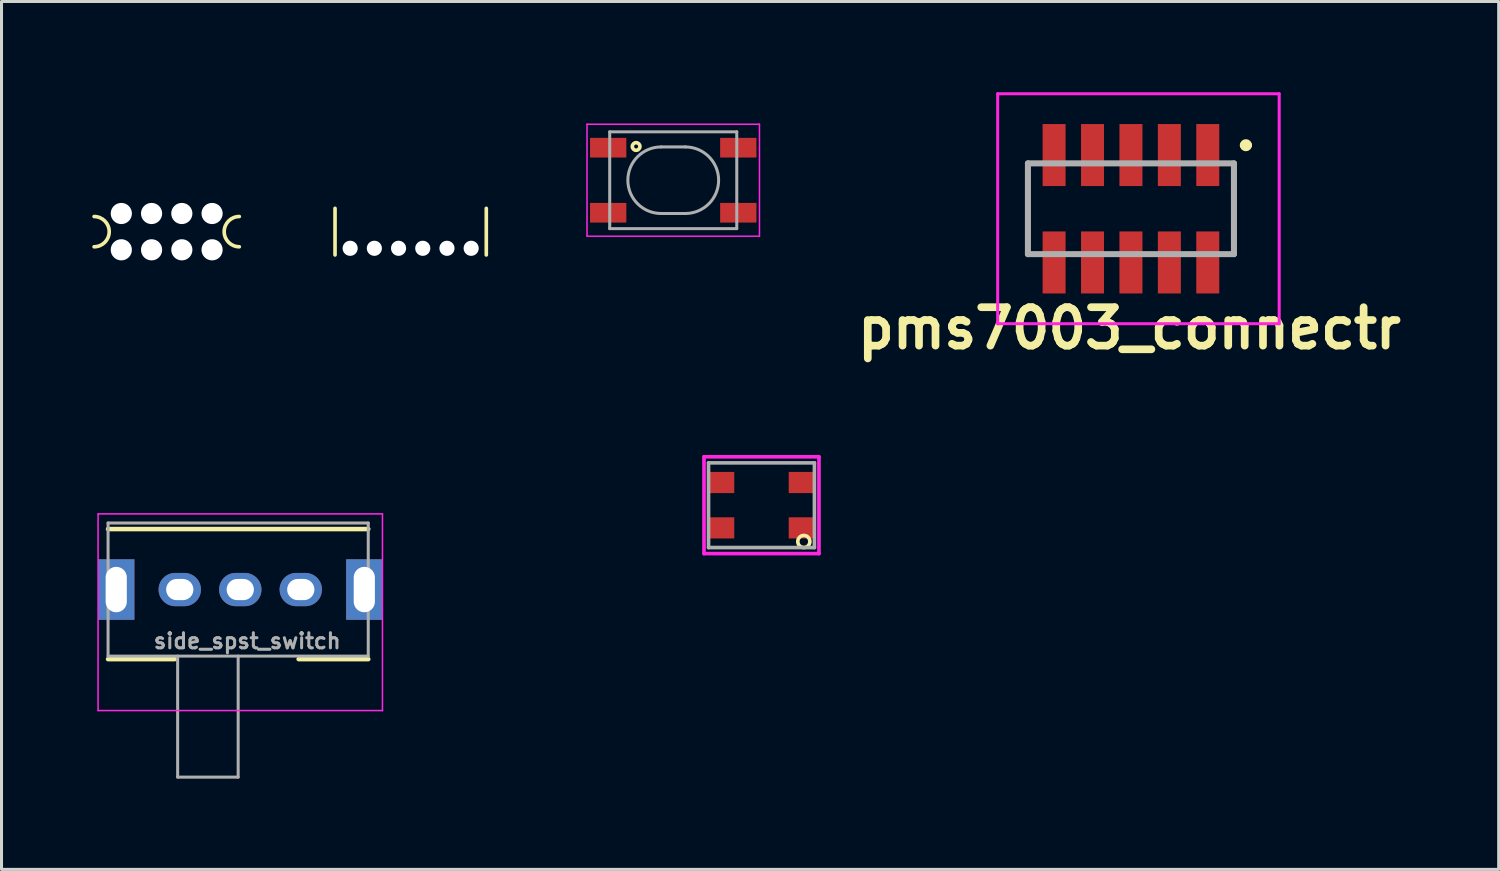
<source format=kicad_pcb>
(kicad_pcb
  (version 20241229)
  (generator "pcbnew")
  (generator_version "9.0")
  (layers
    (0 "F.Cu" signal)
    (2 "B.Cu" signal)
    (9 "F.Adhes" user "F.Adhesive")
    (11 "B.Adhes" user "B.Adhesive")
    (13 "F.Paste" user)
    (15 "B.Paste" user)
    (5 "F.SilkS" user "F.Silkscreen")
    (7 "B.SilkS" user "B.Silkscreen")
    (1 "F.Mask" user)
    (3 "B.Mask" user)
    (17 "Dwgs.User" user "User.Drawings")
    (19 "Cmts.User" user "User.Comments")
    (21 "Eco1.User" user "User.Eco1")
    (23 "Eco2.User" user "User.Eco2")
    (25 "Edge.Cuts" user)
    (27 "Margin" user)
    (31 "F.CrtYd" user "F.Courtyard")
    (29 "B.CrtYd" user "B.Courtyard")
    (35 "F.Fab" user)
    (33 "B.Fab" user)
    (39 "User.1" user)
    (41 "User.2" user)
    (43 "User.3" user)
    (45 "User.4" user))
  (footprint "side_spst_switch"
    (layer "F.Cu")
    (at 4.892 16.437)
    (property "Reference" "side_spst_switch" (at 1.4 -3.6 0) (layer "Eco2.User") (effects (font (size 1 1) (thickness 0.15))))
    (attr smd)
    (fp_line (start -4.37 -2) (end 4.23 -2) (stroke (width 0.15) (type solid)) (layer "F.SilkS"))
    (fp_line (start -4.37 2.3) (end -2.17 2.3) (stroke (width 0.15) (type solid)) (layer "F.SilkS"))
    (fp_line (start 1.93 2.3) (end 4.23 2.3) (stroke (width 0.15) (type solid)) (layer "F.SilkS"))
    (fp_line (start -4.7 -2.5) (end 4.7 -2.5) (stroke (width 0.05) (type solid)) (layer "F.CrtYd"))
    (fp_line (start -4.7 4) (end -4.7 -2.5) (stroke (width 0.05) (type solid)) (layer "F.CrtYd"))
    (fp_line (start 4.7 -2.5) (end 4.7 4) (stroke (width 0.05) (type solid)) (layer "F.CrtYd"))
    (fp_line (start 4.7 4) (end -4.7 4) (stroke (width 0.05) (type solid)) (layer "F.CrtYd"))
    (fp_line (start -4.37 -2.2) (end -4.37 2.2) (stroke (width 0.1) (type solid)) (layer "F.Fab"))
    (fp_line (start -4.37 -2.2) (end 4.23 -2.2) (stroke (width 0.1) (type solid)) (layer "F.Fab"))
    (fp_line (start -4.37 2.2) (end 4.23 2.2) (stroke (width 0.1) (type solid)) (layer "F.Fab"))
    (fp_line (start -2.07 6.2) (end -2.07 2.2) (stroke (width 0.1) (type solid)) (layer "F.Fab"))
    (fp_line (start -0.07 2.2) (end -0.07 6.2) (stroke (width 0.1) (type solid)) (layer "F.Fab"))
    (fp_line (start -0.07 6.2) (end -2.07 6.2) (stroke (width 0.1) (type solid)) (layer "F.Fab"))
    (fp_line (start 4.23 2.2) (end 4.23 -2.2) (stroke (width 0.1) (type solid)) (layer "F.Fab"))
    (fp_text user "${REFERENCE}" (at 0.23 1.7 0) (layer "F.Fab") (effects (font (size 0.5 0.5) (thickness 0.1))))
    (pad "" thru_hole rect (at -4.1 0) (size 1.2 2) (drill oval 0.7 1.5) (layers "*.Cu" "*.Mask"))
    (pad "" thru_hole rect (at 4.1 0) (size 1.2 2) (drill oval 0.7 1.5) (layers "*.Cu" "*.Mask"))
    (pad "1" thru_hole oval (at -2 0) (size 1.4 1.1) (drill oval 0.9 0.7) (layers "*.Cu" "*.Mask"))
    (pad "2" thru_hole oval (at 0 0) (size 1.4 1.1) (drill oval 0.9 0.7) (layers "*.Cu" "*.Mask"))
    (pad "3" thru_hole oval (at 2 0) (size 1.4 1.1) (drill oval 0.9 0.7) (layers "*.Cu" "*.Mask")))
  (footprint "xl_ws2812b_small"
    (layer "F.Cu")
    (at 22.12 13.649)
    (property "Reference" "xl_ws2812b_small" (at 0.35 6.575 0) (layer "Eco2.User") (effects (font (size 1 1) (thickness 0.15))))
    (attr smd)
    (fp_circle (center 1.4 1.2) (end 1.4 1.4) (stroke (width 0.12) (type solid)) (fill no) (layer "F.SilkS"))
    (fp_line (start -1.9 -1.6) (end 1.9 -1.6) (stroke (width 0.12) (type solid)) (layer "F.CrtYd"))
    (fp_line (start -1.9 1.6) (end -1.9 -1.6) (stroke (width 0.12) (type solid)) (layer "F.CrtYd"))
    (fp_line (start 1.9 -1.6) (end 1.9 1.6) (stroke (width 0.12) (type solid)) (layer "F.CrtYd"))
    (fp_line (start 1.9 1.6) (end -1.9 1.6) (stroke (width 0.12) (type solid)) (layer "F.CrtYd"))
    (fp_line (start -1.75 -1.4) (end 1.75 -1.4) (stroke (width 0.12) (type solid)) (layer "F.Fab"))
    (fp_line (start -1.75 1.4) (end -1.75 -1.4) (stroke (width 0.12) (type solid)) (layer "F.Fab"))
    (fp_line (start 1.75 -1.4) (end 1.75 1.4) (stroke (width 0.12) (type solid)) (layer "F.Fab"))
    (fp_line (start 1.75 1.4) (end -1.75 1.4) (stroke (width 0.12) (type solid)) (layer "F.Fab"))
    (pad "1" smd trapezoid (at 1.35 0.75 90) (size 0.7 0.9) (layers "F.Cu" "F.Mask" "F.Paste"))
    (pad "2" smd trapezoid (at 1.35 -0.75) (size 0.9 0.7) (layers "F.Cu" "F.Mask" "F.Paste"))
    (pad "3" smd trapezoid (at -1.35 -0.75) (size 0.9 0.7) (layers "F.Cu" "F.Mask" "F.Paste"))
    (pad "4" smd trapezoid (at -1.35 0.75) (size 0.9 0.7) (layers "F.Cu" "F.Mask" "F.Paste")))
  (footprint "oval_button"
    (layer "F.Cu")
    (at 19.203 2.907)
    (property "Reference" "oval_button" (at 0 -2.6 0) (layer "Eco2.User") (effects (font (size 0.3 0.3) (thickness 0.075))))
    (attr smd)
    (fp_circle (center -1.227 -1.115) (end -1.107 -1.077) (stroke (width 0.12) (type solid)) (fill no) (layer "F.SilkS"))
    (fp_line (start -2.85 -1.85) (end 2.85 -1.85) (stroke (width 0.05) (type solid)) (layer "F.CrtYd"))
    (fp_line (start -2.85 1.85) (end -2.85 -1.85) (stroke (width 0.05) (type solid)) (layer "F.CrtYd"))
    (fp_line (start 2.85 -1.85) (end 2.85 1.85) (stroke (width 0.05) (type solid)) (layer "F.CrtYd"))
    (fp_line (start 2.85 1.85) (end -2.85 1.85) (stroke (width 0.05) (type solid)) (layer "F.CrtYd"))
    (fp_line (start -2.1 -1.6) (end -2.1 1.6) (stroke (width 0.1) (type solid)) (layer "F.Fab"))
    (fp_line (start -2.1 1.6) (end 2.1 1.6) (stroke (width 0.1) (type solid)) (layer "F.Fab"))
    (fp_line (start -0.4 -1.1) (end 0.4 -1.1) (stroke (width 0.1) (type solid)) (layer "F.Fab"))
    (fp_line (start 0.4 1.1) (end -0.4 1.1) (stroke (width 0.1) (type solid)) (layer "F.Fab"))
    (fp_line (start 2.1 -1.6) (end -2.1 -1.6) (stroke (width 0.1) (type solid)) (layer "F.Fab"))
    (fp_line (start 2.1 1.6) (end 2.1 -1.6) (stroke (width 0.1) (type solid)) (layer "F.Fab"))
    (fp_arc (start -0.4 1.1) (mid -1.5 0) (end -0.4 -1.1) (stroke (width 0.1) (type solid)) (layer "F.Fab"))
    (fp_arc (start 0.4 -1.1) (mid 1.5 0) (end 0.4 1.1) (stroke (width 0.1) (type solid)) (layer "F.Fab"))
    (pad "1" smd rect (at -2.15 -1.075) (size 1.2 0.65) (layers "F.Cu" "F.Mask" "F.Paste"))
    (pad "1" smd rect (at 2.15 -1.075) (size 1.2 0.65) (layers "F.Cu" "F.Mask" "F.Paste"))
    (pad "2" smd rect (at -2.15 1.075) (size 1.2 0.65) (layers "F.Cu" "F.Mask" "F.Paste"))
    (pad "2" smd rect (at 2.15 1.075) (size 1.2 0.65) (layers "F.Cu" "F.Mask" "F.Paste")))
  (footprint "mousebites_single_side"
    (layer "F.Cu")
    (at 10.524 4.607)
    (property "Reference" "mousebites_single_side" (at 0.1 -4.3 0) (layer "Eco2.User") (effects (font (size 0.3 0.3) (thickness 0.075))))
    (attr through_hole)
    (fp_line (start -2.5 -0.77) (end -2.5 0.77) (stroke (width 0.12) (type solid)) (layer "F.SilkS"))
    (fp_line (start 2.5 -0.77) (end 2.5 0.77) (stroke (width 0.12) (type solid)) (layer "F.SilkS"))
    (pad "" np_thru_hole circle (at -2 0.55) (size 0.5 0.5) (drill 0.5) (layers "*.Cu" "*.Mask"))
    (pad "" np_thru_hole circle (at -1.2 0.55) (size 0.5 0.5) (drill 0.5) (layers "*.Cu" "*.Mask"))
    (pad "" np_thru_hole circle (at -0.4 0.55) (size 0.5 0.5) (drill 0.5) (layers "*.Cu" "*.Mask"))
    (pad "" np_thru_hole circle (at 0.4 0.55) (size 0.5 0.5) (drill 0.5) (layers "*.Cu" "*.Mask"))
    (pad "" np_thru_hole circle (at 1.2 0.55) (size 0.5 0.5) (drill 0.5) (layers "*.Cu" "*.Mask"))
    (pad "" np_thru_hole circle (at 2 0.55) (size 0.5 0.5) (drill 0.5) (layers "*.Cu" "*.Mask")))
  (footprint "pms7003_connectr"
    (layer "F.Cu")
    (at 34.332 3.85)
    (property "Reference" "pms7003_connectr" (at -0.05 3.95 0) (layer "F.SilkS") (effects (font (size 1.27 1.27) (thickness 0.254))))
    (attr smd)
    (fp_line (start -3.405 -1.5) (end -3.405 1.5) (stroke (width 0.1) (type solid)) (layer "F.SilkS"))
    (fp_line (start 3.405 -1.5) (end 3.405 1.5) (stroke (width 0.1) (type solid)) (layer "F.SilkS"))
    (fp_line (start 3.7 -2.1) (end 3.7 -2.1) (stroke (width 0.2) (type solid)) (layer "F.SilkS"))
    (fp_line (start 3.9 -2.1) (end 3.9 -2.1) (stroke (width 0.2) (type solid)) (layer "F.SilkS"))
    (fp_arc (start 3.7 -2.1) (mid 3.8 -2.2) (end 3.9 -2.1) (stroke (width 0.2) (type solid)) (layer "F.SilkS"))
    (fp_arc (start 3.9 -2.1) (mid 3.8 -2) (end 3.7 -2.1) (stroke (width 0.2) (type solid)) (layer "F.SilkS"))
    (fp_line (start -4.405 -3.8) (end 4.9 -3.8) (stroke (width 0.1) (type solid)) (layer "F.CrtYd"))
    (fp_line (start -4.405 3.8) (end -4.405 -3.8) (stroke (width 0.1) (type solid)) (layer "F.CrtYd"))
    (fp_line (start 4.9 -3.8) (end 4.9 3.8) (stroke (width 0.1) (type solid)) (layer "F.CrtYd"))
    (fp_line (start 4.9 3.8) (end -4.405 3.8) (stroke (width 0.1) (type solid)) (layer "F.CrtYd"))
    (fp_line (start -3.405 -1.5) (end 3.405 -1.5) (stroke (width 0.2) (type solid)) (layer "F.Fab"))
    (fp_line (start -3.405 1.5) (end -3.405 -1.5) (stroke (width 0.2) (type solid)) (layer "F.Fab"))
    (fp_line (start 3.405 -1.5) (end 3.405 1.5) (stroke (width 0.2) (type solid)) (layer "F.Fab"))
    (fp_line (start 3.405 1.5) (end -3.405 1.5) (stroke (width 0.2) (type solid)) (layer "F.Fab"))
    (pad "1" smd rect (at -2.54 -1.775) (size 0.76 2.05) (layers "F.Cu" "F.Mask" "F.Paste"))
    (pad "2" smd rect (at -2.54 1.775) (size 0.76 2.05) (layers "F.Cu" "F.Mask" "F.Paste"))
    (pad "3" smd rect (at -1.27 -1.775) (size 0.76 2.05) (layers "F.Cu" "F.Mask" "F.Paste"))
    (pad "4" smd rect (at -1.27 1.775) (size 0.76 2.05) (layers "F.Cu" "F.Mask" "F.Paste"))
    (pad "5" smd rect (at 0 -1.775) (size 0.76 2.05) (layers "F.Cu" "F.Mask" "F.Paste"))
    (pad "6" smd rect (at 0 1.775) (size 0.76 2.05) (layers "F.Cu" "F.Mask" "F.Paste"))
    (pad "7" smd rect (at 1.27 -1.775) (size 0.76 2.05) (layers "F.Cu" "F.Mask" "F.Paste"))
    (pad "8" smd rect (at 1.27 1.775) (size 0.76 2.05) (layers "F.Cu" "F.Mask" "F.Paste"))
    (pad "9" smd rect (at 2.54 -1.775) (size 0.76 2.05) (layers "F.Cu" "F.Mask" "F.Paste"))
    (pad "10" smd rect (at 2.54 1.775) (size 0.76 2.05) (layers "F.Cu" "F.Mask" "F.Paste")))
  (footprint "mousebite_4h"
    (layer "F.Cu")
    (at 2.46 4.607)
    (property "Reference" "mousebite_4h" (at 0.1 -4.3 0) (layer "Eco2.User") (effects (font (size 0.3 0.3) (thickness 0.075))))
    (attr through_hole)
    (fp_arc (start -2.4 -0.5) (mid -1.9 0) (end -2.4 0.5) (stroke (width 0.12) (type solid)) (layer "F.SilkS"))
    (fp_arc (start 2.4 0.5) (mid 1.9 0) (end 2.4 -0.5) (stroke (width 0.12) (type solid)) (layer "F.SilkS"))
    (pad "" np_thru_hole circle (at -1.5 -0.6) (size 0.7 0.7) (drill 0.7) (layers "*.Cu" "*.Mask"))
    (pad "" np_thru_hole circle (at -1.5 0.6) (size 0.7 0.7) (drill 0.7) (layers "*.Cu" "*.Mask"))
    (pad "" np_thru_hole circle (at -0.5 -0.6) (size 0.7 0.7) (drill 0.7) (layers "*.Cu" "*.Mask"))
    (pad "" np_thru_hole circle (at -0.5 0.6) (size 0.7 0.7) (drill 0.7) (layers "*.Cu" "*.Mask"))
    (pad "" np_thru_hole circle (at 0.5 -0.6) (size 0.7 0.7) (drill 0.7) (layers "*.Cu" "*.Mask"))
    (pad "" np_thru_hole circle (at 0.5 0.6) (size 0.7 0.7) (drill 0.7) (layers "*.Cu" "*.Mask"))
    (pad "" np_thru_hole circle (at 1.5 -0.6) (size 0.7 0.7) (drill 0.7) (layers "*.Cu" "*.Mask"))
    (pad "" np_thru_hole circle (at 1.5 0.6) (size 0.7 0.7) (drill 0.7) (layers "*.Cu" "*.Mask")))
  (gr_rect
    (start -3 -3)
    (end 46.487 25.687)
    (stroke (width 0.1) (type default))
    (fill no)
    (layer "Edge.Cuts")))
</source>
